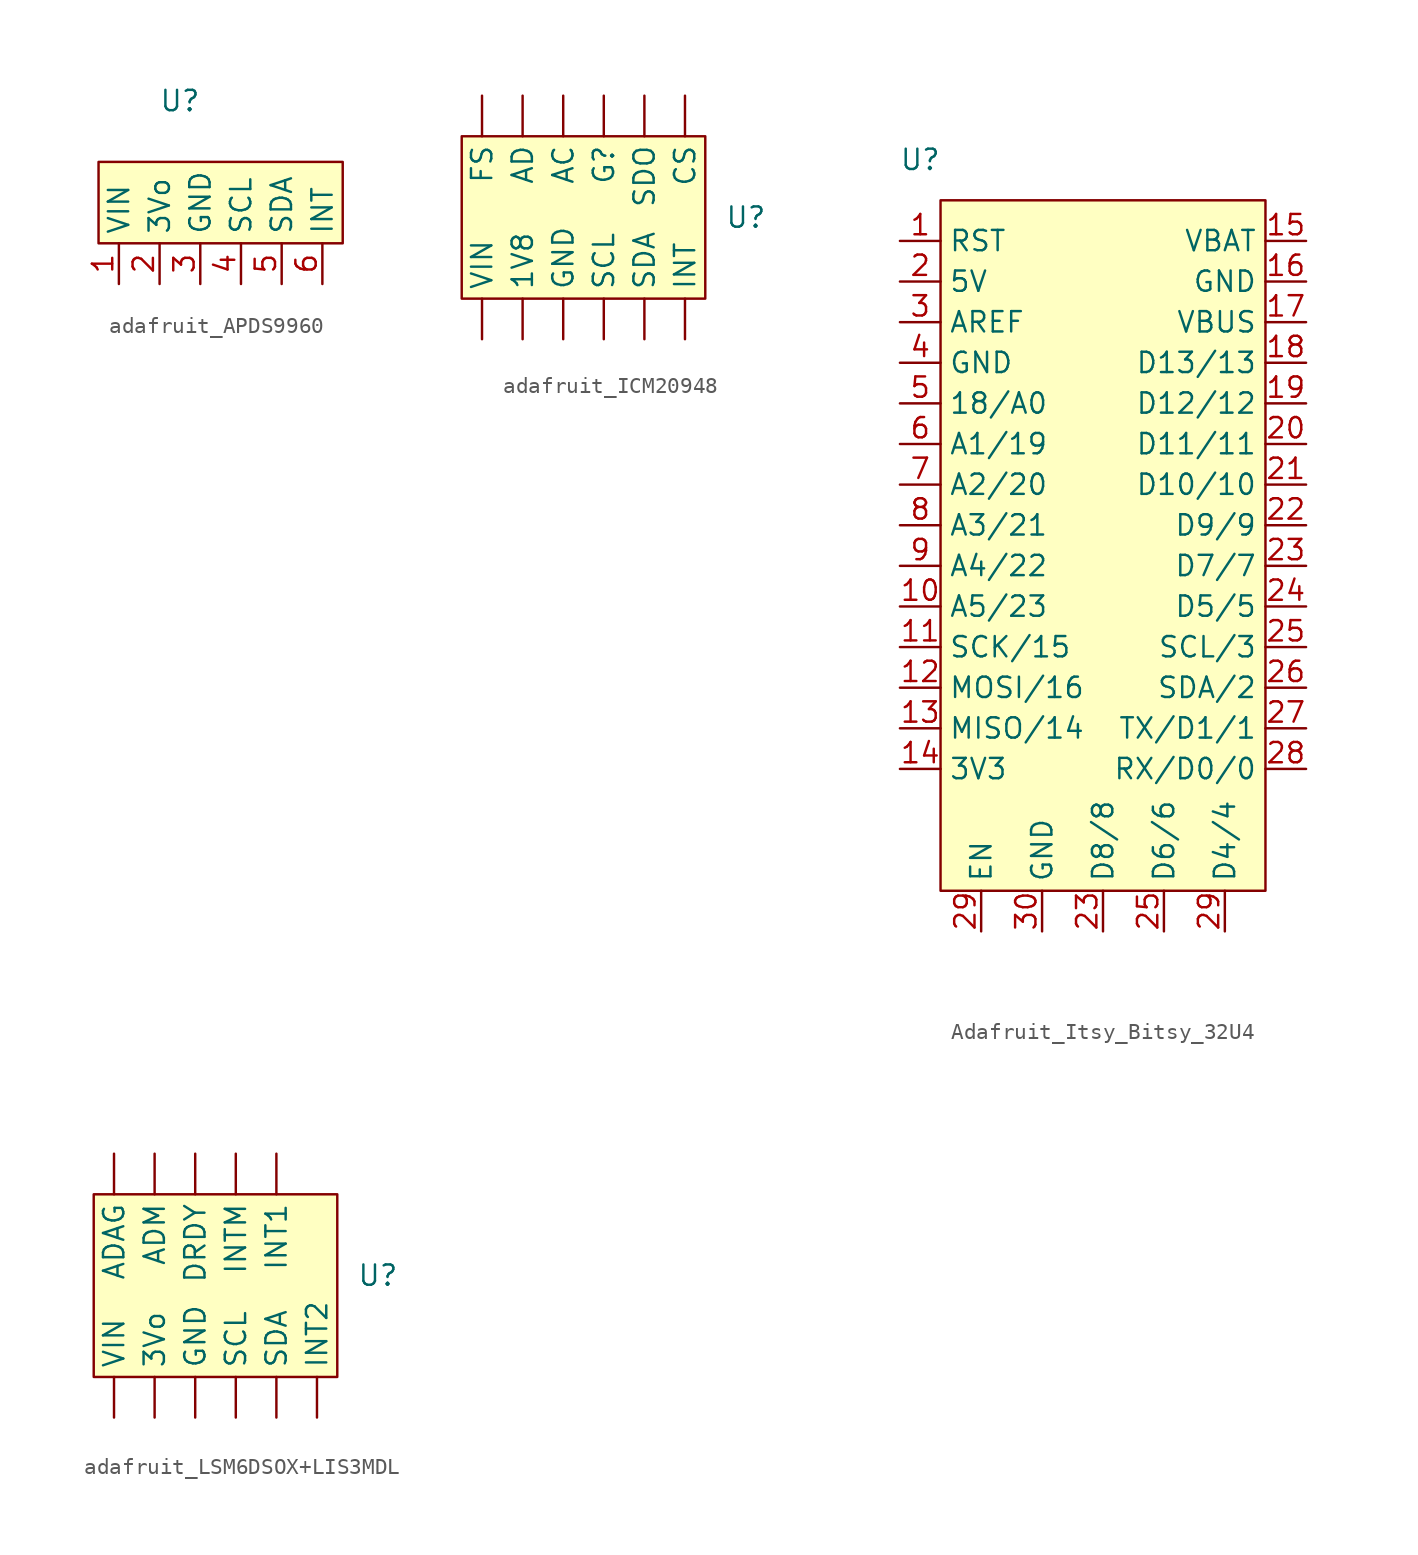
<source format=kicad_sym>
(kicad_symbol_lib
  (version 20220914)
  (generator kicad_symbol_editor)
  (symbol "adafruit_APDS9960"
    (property "Reference" "U"
      (at 0 3.81 0)
      (effects (font (size 1.27 1.27))))
    (property "Value" ""
      (at 0 0 0)
      (effects (font (size 1.27 1.27))))
    (symbol "adafruit_APDS9960_1_1"
      (rectangle (start -5.08 0) (end 10.16 -5.08) (stroke (width 0) (type default)) (fill (type background)))
      (pin power_in line (at -3.81 -7.62 90) (length 2.54) (name "VIN" (effects (font (size 1.27 1.27)))) (number "1" (effects (font (size 1.27 1.27)))))
      (pin power_out line (at -1.27 -7.62 90) (length 2.54) (name "3Vo" (effects (font (size 1.27 1.27)))) (number "2" (effects (font (size 1.27 1.27)))))
      (pin power_in line (at 1.27 -7.62 90) (length 2.54) (name "GND" (effects (font (size 1.27 1.27)))) (number "3" (effects (font (size 1.27 1.27)))))
      (pin bidirectional line (at 3.81 -7.62 90) (length 2.54) (name "SCL" (effects (font (size 1.27 1.27)))) (number "4" (effects (font (size 1.27 1.27)))))
      (pin bidirectional line (at 6.35 -7.62 90) (length 2.54) (name "SDA" (effects (font (size 1.27 1.27)))) (number "5" (effects (font (size 1.27 1.27)))))
      (pin output line (at 8.89 -7.62 90) (length 2.54) (name "INT" (effects (font (size 1.27 1.27)))) (number "6" (effects (font (size 1.27 1.27)))))))
  (symbol "adafruit_ICM20948"
    (property "Reference" "U"
      (at 13.97 -1.27 0)
      (effects (font (size 1.27 1.27))))
    (property "Value" ""
      (at 0 0 0)
      (effects (font (size 1.27 1.27))))
    (symbol "adafruit_ICM20948_1_1"
      (rectangle (start -3.81 3.81) (end 11.43 -6.35) (stroke (width 0) (type default)) (fill (type background)))
      (pin power_out line (at 0 -8.89 90) (length 2.54) (name "1V8" (effects (font (size 1.27 1.27)))) (number "" (effects (font (size 1.27 1.27)))))
      (pin bidirectional line (at 2.54 6.35 270) (length 2.54) (name "AC" (effects (font (size 1.27 1.27)))) (number "" (effects (font (size 1.27 1.27)))))
      (pin bidirectional line (at 0 6.35 270) (length 2.54) (name "AD" (effects (font (size 1.27 1.27)))) (number "" (effects (font (size 1.27 1.27)))))
      (pin input line (at 10.16 6.35 270) (length 2.54) (name "CS" (effects (font (size 1.27 1.27)))) (number "" (effects (font (size 1.27 1.27)))))
      (pin bidirectional line (at -2.54 6.35 270) (length 2.54) (name "FS" (effects (font (size 1.27 1.27)))) (number "" (effects (font (size 1.27 1.27)))))
      (pin power_in line (at 5.08 6.35 270) (length 2.54) (name "G?" (effects (font (size 1.27 1.27)))) (number "" (effects (font (size 1.27 1.27)))))
      (pin power_in line (at 2.54 -8.89 90) (length 2.54) (name "GND" (effects (font (size 1.27 1.27)))) (number "" (effects (font (size 1.27 1.27)))))
      (pin output line (at 10.16 -8.89 90) (length 2.54) (name "INT" (effects (font (size 1.27 1.27)))) (number "" (effects (font (size 1.27 1.27)))))
      (pin bidirectional line (at 5.08 -8.89 90) (length 2.54) (name "SCL" (effects (font (size 1.27 1.27)))) (number "" (effects (font (size 1.27 1.27)))))
      (pin bidirectional line (at 7.62 -8.89 90) (length 2.54) (name "SDA" (effects (font (size 1.27 1.27)))) (number "" (effects (font (size 1.27 1.27)))))
      (pin output line (at 7.62 6.35 270) (length 2.54) (name "SDO" (effects (font (size 1.27 1.27)))) (number "" (effects (font (size 1.27 1.27)))))
      (pin power_in line (at -2.54 -8.89 90) (length 2.54) (name "VIN" (effects (font (size 1.27 1.27)))) (number "" (effects (font (size 1.27 1.27)))))))
  (symbol "Adafruit_Itsy_Bitsy_32U4"
    (property "Reference" "U"
      (at -10.16 8.89 0)
      (effects (font (size 1.27 1.27))))
    (property "Value" ""
      (at 0 0 0)
      (effects (font (size 1.27 1.27))))
    (symbol "Adafruit_Itsy_Bitsy_32U4_1_1"
      (rectangle (start -8.89 6.35) (end 11.43 -36.83) (stroke (width 0) (type default)) (fill (type background)))
      (pin input line (at -11.43 3.81 0) (length 2.54) (name "RST" (effects (font (size 1.27 1.27)))) (number "1" (effects (font (size 1.27 1.27)))))
      (pin bidirectional line (at -11.43 -19.05 0) (length 2.54) (name "A5/23" (effects (font (size 1.27 1.27)))) (number "10" (effects (font (size 1.27 1.27)))))
      (pin output line (at -11.43 -21.59 0) (length 2.54) (name "SCK/15" (effects (font (size 1.27 1.27)))) (number "11" (effects (font (size 1.27 1.27)))))
      (pin output line (at -11.43 -24.13 0) (length 2.54) (name "MOSI/16" (effects (font (size 1.27 1.27)))) (number "12" (effects (font (size 1.27 1.27)))))
      (pin output line (at -11.43 -26.67 0) (length 2.54) (name "MISO/14" (effects (font (size 1.27 1.27)))) (number "13" (effects (font (size 1.27 1.27)))))
      (pin power_out line (at -11.43 -29.21 0) (length 2.54) (name "3V3" (effects (font (size 1.27 1.27)))) (number "14" (effects (font (size 1.27 1.27)))))
      (pin power_in line (at 13.97 3.81 180) (length 2.54) (name "VBAT" (effects (font (size 1.27 1.27)))) (number "15" (effects (font (size 1.27 1.27)))))
      (pin power_in line (at 13.97 1.27 180) (length 2.54) (name "GND" (effects (font (size 1.27 1.27)))) (number "16" (effects (font (size 1.27 1.27)))))
      (pin power_out line (at 13.97 -1.27 180) (length 2.54) (name "VBUS" (effects (font (size 1.27 1.27)))) (number "17" (effects (font (size 1.27 1.27)))))
      (pin bidirectional line (at 13.97 -3.81 180) (length 2.54) (name "D13/13" (effects (font (size 1.27 1.27)))) (number "18" (effects (font (size 1.27 1.27)))))
      (pin bidirectional line (at 13.97 -6.35 180) (length 2.54) (name "D12/12" (effects (font (size 1.27 1.27)))) (number "19" (effects (font (size 1.27 1.27)))))
      (pin power_out line (at -11.43 1.27 0) (length 2.54) (name "5V" (effects (font (size 1.27 1.27)))) (number "2" (effects (font (size 1.27 1.27)))))
      (pin bidirectional line (at 13.97 -8.89 180) (length 2.54) (name "D11/11" (effects (font (size 1.27 1.27)))) (number "20" (effects (font (size 1.27 1.27)))))
      (pin bidirectional line (at 13.97 -11.43 180) (length 2.54) (name "D10/10" (effects (font (size 1.27 1.27)))) (number "21" (effects (font (size 1.27 1.27)))))
      (pin bidirectional line (at 13.97 -13.97 180) (length 2.54) (name "D9/9" (effects (font (size 1.27 1.27)))) (number "22" (effects (font (size 1.27 1.27)))))
      (pin bidirectional line (at 13.97 -16.51 180) (length 2.54) (name "D7/7" (effects (font (size 1.27 1.27)))) (number "23" (effects (font (size 1.27 1.27)))))
      (pin bidirectional line (at 1.27 -39.37 90) (length 2.54) (name "D8/8" (effects (font (size 1.27 1.27)))) (number "23" (effects (font (size 1.27 1.27)))))
      (pin bidirectional line (at 13.97 -19.05 180) (length 2.54) (name "D5/5" (effects (font (size 1.27 1.27)))) (number "24" (effects (font (size 1.27 1.27)))))
      (pin bidirectional line (at 5.08 -39.37 90) (length 2.54) (name "D6/6" (effects (font (size 1.27 1.27)))) (number "25" (effects (font (size 1.27 1.27)))))
      (pin output line (at 13.97 -21.59 180) (length 2.54) (name "SCL/3" (effects (font (size 1.27 1.27)))) (number "25" (effects (font (size 1.27 1.27)))))
      (pin bidirectional line (at 13.97 -24.13 180) (length 2.54) (name "SDA/2" (effects (font (size 1.27 1.27)))) (number "26" (effects (font (size 1.27 1.27)))))
      (pin bidirectional line (at 13.97 -26.67 180) (length 2.54) (name "TX/D1/1" (effects (font (size 1.27 1.27)))) (number "27" (effects (font (size 1.27 1.27)))))
      (pin bidirectional line (at 13.97 -29.21 180) (length 2.54) (name "RX/D0/0" (effects (font (size 1.27 1.27)))) (number "28" (effects (font (size 1.27 1.27)))))
      (pin bidirectional line (at 8.89 -39.37 90) (length 2.54) (name "D4/4" (effects (font (size 1.27 1.27)))) (number "29" (effects (font (size 1.27 1.27)))))
      (pin input line (at -6.35 -39.37 90) (length 2.54) (name "EN" (effects (font (size 1.27 1.27)))) (number "29" (effects (font (size 1.27 1.27)))))
      (pin power_in line (at -11.43 -1.27 0) (length 2.54) (name "AREF" (effects (font (size 1.27 1.27)))) (number "3" (effects (font (size 1.27 1.27)))))
      (pin power_in line (at -2.54 -39.37 90) (length 2.54) (name "GND" (effects (font (size 1.27 1.27)))) (number "30" (effects (font (size 1.27 1.27)))))
      (pin power_in line (at -11.43 -3.81 0) (length 2.54) (name "GND" (effects (font (size 1.27 1.27)))) (number "4" (effects (font (size 1.27 1.27)))))
      (pin bidirectional line (at -11.43 -6.35 0) (length 2.54) (name "18/A0" (effects (font (size 1.27 1.27)))) (number "5" (effects (font (size 1.27 1.27)))))
      (pin bidirectional line (at -11.43 -8.89 0) (length 2.54) (name "A1/19" (effects (font (size 1.27 1.27)))) (number "6" (effects (font (size 1.27 1.27)))))
      (pin bidirectional line (at -11.43 -11.43 0) (length 2.54) (name "A2/20" (effects (font (size 1.27 1.27)))) (number "7" (effects (font (size 1.27 1.27)))))
      (pin bidirectional line (at -11.43 -13.97 0) (length 2.54) (name "A3/21" (effects (font (size 1.27 1.27)))) (number "8" (effects (font (size 1.27 1.27)))))
      (pin bidirectional line (at -11.43 -16.51 0) (length 2.54) (name "A4/22" (effects (font (size 1.27 1.27)))) (number "9" (effects (font (size 1.27 1.27)))))))
  (symbol "adafruit_LSM6DSOX+LIS3MDL"
    (property "Reference" "U"
      (at 8.89 0 0)
      (effects (font (size 1.27 1.27))))
    (property "Value" ""
      (at 0 0 0)
      (effects (font (size 1.27 1.27))))
    (symbol "adafruit_LSM6DSOX+LIS3MDL_1_1"
      (rectangle (start -8.89 5.08) (end 6.35 -6.35) (stroke (width 0) (type default)) (fill (type background)))
      (pin power_out line (at -5.08 -8.89 90) (length 2.54) (name "3Vo" (effects (font (size 1.27 1.27)))) (number "" (effects (font (size 1.27 1.27)))))
      (pin input line (at -7.62 7.62 270) (length 2.54) (name "ADAG" (effects (font (size 1.27 1.27)))) (number "" (effects (font (size 1.27 1.27)))))
      (pin input line (at -5.08 7.62 270) (length 2.54) (name "ADM" (effects (font (size 1.27 1.27)))) (number "" (effects (font (size 1.27 1.27)))))
      (pin output line (at -2.54 7.62 270) (length 2.54) (name "DRDY" (effects (font (size 1.27 1.27)))) (number "" (effects (font (size 1.27 1.27)))))
      (pin power_in line (at -2.54 -8.89 90) (length 2.54) (name "GND" (effects (font (size 1.27 1.27)))) (number "" (effects (font (size 1.27 1.27)))))
      (pin output line (at 2.54 7.62 270) (length 2.54) (name "INT1" (effects (font (size 1.27 1.27)))) (number "" (effects (font (size 1.27 1.27)))))
      (pin output line (at 5.08 -8.89 90) (length 2.54) (name "INT2" (effects (font (size 1.27 1.27)))) (number "" (effects (font (size 1.27 1.27)))))
      (pin output line (at 0 7.62 270) (length 2.54) (name "INTM" (effects (font (size 1.27 1.27)))) (number "" (effects (font (size 1.27 1.27)))))
      (pin bidirectional line (at 0 -8.89 90) (length 2.54) (name "SCL" (effects (font (size 1.27 1.27)))) (number "" (effects (font (size 1.27 1.27)))))
      (pin bidirectional line (at 2.54 -8.89 90) (length 2.54) (name "SDA" (effects (font (size 1.27 1.27)))) (number "" (effects (font (size 1.27 1.27)))))
      (pin power_in line (at -7.62 -8.89 90) (length 2.54) (name "VIN" (effects (font (size 1.27 1.27)))) (number "" (effects (font (size 1.27 1.27))))))))
</source>
